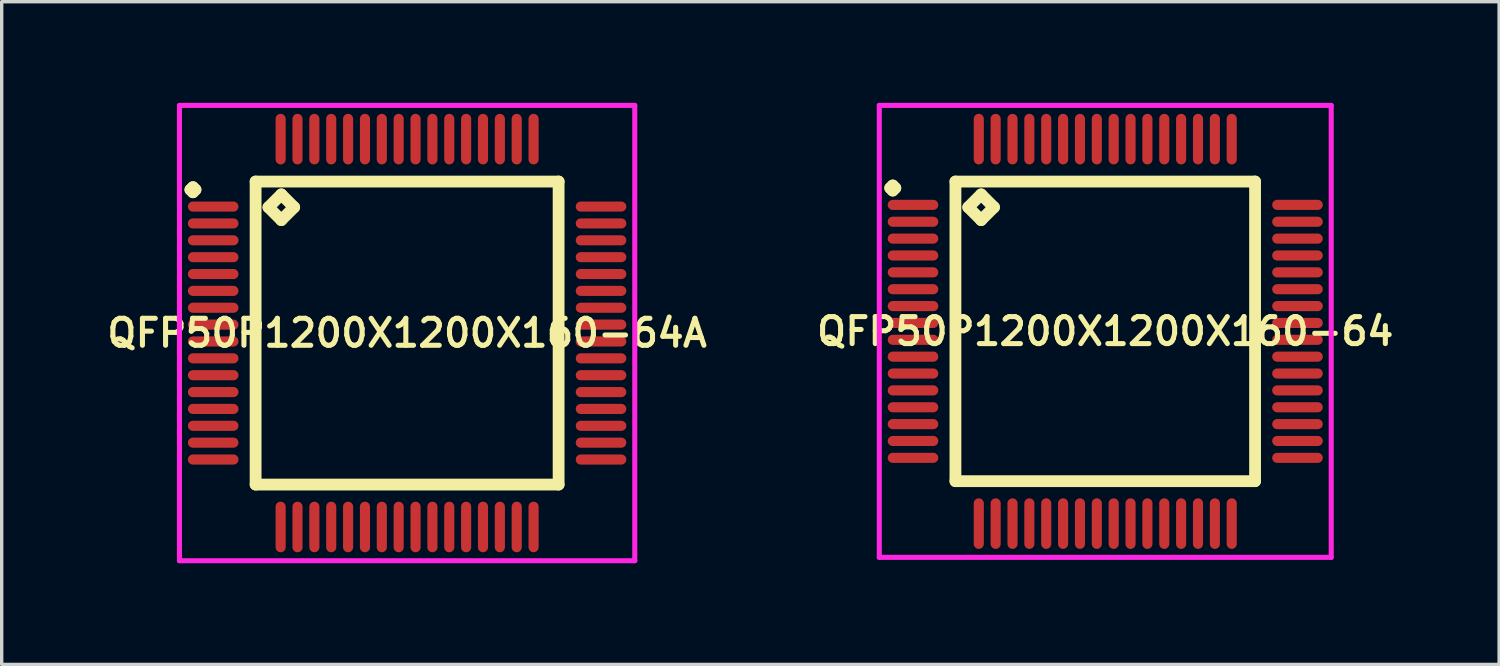
<source format=kicad_pcb>
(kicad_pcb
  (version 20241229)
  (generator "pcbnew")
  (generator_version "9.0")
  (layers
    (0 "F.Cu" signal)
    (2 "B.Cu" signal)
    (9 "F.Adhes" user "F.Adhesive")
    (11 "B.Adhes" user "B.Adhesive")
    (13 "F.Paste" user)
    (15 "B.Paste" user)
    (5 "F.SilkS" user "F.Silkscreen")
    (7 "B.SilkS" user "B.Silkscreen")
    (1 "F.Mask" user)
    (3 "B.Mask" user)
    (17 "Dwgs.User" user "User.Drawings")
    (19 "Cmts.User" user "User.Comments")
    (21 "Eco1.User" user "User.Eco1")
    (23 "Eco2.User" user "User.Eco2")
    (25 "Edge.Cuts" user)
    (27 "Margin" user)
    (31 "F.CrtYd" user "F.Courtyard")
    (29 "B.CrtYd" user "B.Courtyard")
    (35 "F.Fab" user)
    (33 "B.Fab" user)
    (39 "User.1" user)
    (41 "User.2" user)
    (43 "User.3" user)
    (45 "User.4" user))
  (footprint "QFP50P1200X1200X160-64"
    (layer "F.Cu")
    (at 29.721 6.775)
    (property "Reference" "QFP50P1200X1200X160-64" (at 0 0 0) (layer "F.SilkS") (effects (font (size 0.8 0.8) (thickness 0.15))))
    (attr smd)
    (fp_line (start -6.375 -4.25) (end -6.3 -4.325) (stroke (width 0.35) (type solid)) (layer "F.SilkS"))
    (fp_line (start -6.3 -4.325) (end -6.225 -4.25) (stroke (width 0.35) (type solid)) (layer "F.SilkS"))
    (fp_line (start -6.3 -4.175) (end -6.375 -4.25) (stroke (width 0.35) (type solid)) (layer "F.SilkS"))
    (fp_line (start -6.225 -4.25) (end -6.3 -4.175) (stroke (width 0.35) (type solid)) (layer "F.SilkS"))
    (fp_line (start -4.442 -4.442) (end -4.442 4.442) (stroke (width 0.35) (type solid)) (layer "F.SilkS"))
    (fp_line (start -4.442 4.442) (end 4.442 4.442) (stroke (width 0.35) (type solid)) (layer "F.SilkS"))
    (fp_line (start -4.061 -3.68) (end -3.68 -4.061) (stroke (width 0.35) (type solid)) (layer "F.SilkS"))
    (fp_line (start -3.68 -4.061) (end -3.299 -3.68) (stroke (width 0.35) (type solid)) (layer "F.SilkS"))
    (fp_line (start -3.68 -3.299) (end -4.061 -3.68) (stroke (width 0.35) (type solid)) (layer "F.SilkS"))
    (fp_line (start -3.299 -3.68) (end -3.68 -3.299) (stroke (width 0.35) (type solid)) (layer "F.SilkS"))
    (fp_line (start 4.442 -4.442) (end -4.442 -4.442) (stroke (width 0.35) (type solid)) (layer "F.SilkS"))
    (fp_line (start 4.442 4.442) (end 4.442 -4.442) (stroke (width 0.35) (type solid)) (layer "F.SilkS"))
    (fp_line (start -6.7 -6.7) (end 6.7 -6.7) (stroke (width 0.15) (type solid)) (layer "F.CrtYd"))
    (fp_line (start -6.7 6.7) (end -6.7 -6.7) (stroke (width 0.15) (type solid)) (layer "F.CrtYd"))
    (fp_line (start 6.7 -6.7) (end 6.7 6.7) (stroke (width 0.15) (type solid)) (layer "F.CrtYd"))
    (fp_line (start 6.7 6.7) (end -6.7 6.7) (stroke (width 0.15) (type solid)) (layer "F.CrtYd"))
    (pad "1" smd oval (at -5.7 -3.75) (size 1.5 0.3) (layers "F.Cu" "F.Mask" "F.Paste"))
    (pad "2" smd oval (at -5.7 -3.25) (size 1.5 0.3) (layers "F.Cu" "F.Mask" "F.Paste"))
    (pad "3" smd oval (at -5.7 -2.75) (size 1.5 0.3) (layers "F.Cu" "F.Mask" "F.Paste"))
    (pad "4" smd oval (at -5.7 -2.25) (size 1.5 0.3) (layers "F.Cu" "F.Mask" "F.Paste"))
    (pad "5" smd oval (at -5.7 -1.75) (size 1.5 0.3) (layers "F.Cu" "F.Mask" "F.Paste"))
    (pad "6" smd oval (at -5.7 -1.25) (size 1.5 0.3) (layers "F.Cu" "F.Mask" "F.Paste"))
    (pad "7" smd oval (at -5.7 -0.75) (size 1.5 0.3) (layers "F.Cu" "F.Mask" "F.Paste"))
    (pad "8" smd oval (at -5.7 -0.25) (size 1.5 0.3) (layers "F.Cu" "F.Mask" "F.Paste"))
    (pad "9" smd oval (at -5.7 0.25) (size 1.5 0.3) (layers "F.Cu" "F.Mask" "F.Paste"))
    (pad "10" smd oval (at -5.7 0.75) (size 1.5 0.3) (layers "F.Cu" "F.Mask" "F.Paste"))
    (pad "11" smd oval (at -5.7 1.25) (size 1.5 0.3) (layers "F.Cu" "F.Mask" "F.Paste"))
    (pad "12" smd oval (at -5.7 1.75) (size 1.5 0.3) (layers "F.Cu" "F.Mask" "F.Paste"))
    (pad "13" smd oval (at -5.7 2.25) (size 1.5 0.3) (layers "F.Cu" "F.Mask" "F.Paste"))
    (pad "14" smd oval (at -5.7 2.75) (size 1.5 0.3) (layers "F.Cu" "F.Mask" "F.Paste"))
    (pad "15" smd oval (at -5.7 3.25) (size 1.5 0.3) (layers "F.Cu" "F.Mask" "F.Paste"))
    (pad "16" smd oval (at -5.7 3.75) (size 1.5 0.3) (layers "F.Cu" "F.Mask" "F.Paste"))
    (pad "17" smd oval (at -3.75 5.7) (size 0.3 1.5) (layers "F.Cu" "F.Mask" "F.Paste"))
    (pad "18" smd oval (at -3.25 5.7) (size 0.3 1.5) (layers "F.Cu" "F.Mask" "F.Paste"))
    (pad "19" smd oval (at -2.75 5.7) (size 0.3 1.5) (layers "F.Cu" "F.Mask" "F.Paste"))
    (pad "20" smd oval (at -2.25 5.7) (size 0.3 1.5) (layers "F.Cu" "F.Mask" "F.Paste"))
    (pad "21" smd oval (at -1.75 5.7) (size 0.3 1.5) (layers "F.Cu" "F.Mask" "F.Paste"))
    (pad "22" smd oval (at -1.25 5.7) (size 0.3 1.5) (layers "F.Cu" "F.Mask" "F.Paste"))
    (pad "23" smd oval (at -0.75 5.7) (size 0.3 1.5) (layers "F.Cu" "F.Mask" "F.Paste"))
    (pad "24" smd oval (at -0.25 5.7) (size 0.3 1.5) (layers "F.Cu" "F.Mask" "F.Paste"))
    (pad "25" smd oval (at 0.25 5.7) (size 0.3 1.5) (layers "F.Cu" "F.Mask" "F.Paste"))
    (pad "26" smd oval (at 0.75 5.7) (size 0.3 1.5) (layers "F.Cu" "F.Mask" "F.Paste"))
    (pad "27" smd oval (at 1.25 5.7) (size 0.3 1.5) (layers "F.Cu" "F.Mask" "F.Paste"))
    (pad "28" smd oval (at 1.75 5.7) (size 0.3 1.5) (layers "F.Cu" "F.Mask" "F.Paste"))
    (pad "29" smd oval (at 2.25 5.7) (size 0.3 1.5) (layers "F.Cu" "F.Mask" "F.Paste"))
    (pad "30" smd oval (at 2.75 5.7) (size 0.3 1.5) (layers "F.Cu" "F.Mask" "F.Paste"))
    (pad "31" smd oval (at 3.25 5.7) (size 0.3 1.5) (layers "F.Cu" "F.Mask" "F.Paste"))
    (pad "32" smd oval (at 3.75 5.7) (size 0.3 1.5) (layers "F.Cu" "F.Mask" "F.Paste"))
    (pad "33" smd oval (at 5.7 3.75) (size 1.5 0.3) (layers "F.Cu" "F.Mask" "F.Paste"))
    (pad "34" smd oval (at 5.7 3.25) (size 1.5 0.3) (layers "F.Cu" "F.Mask" "F.Paste"))
    (pad "35" smd oval (at 5.7 2.75) (size 1.5 0.3) (layers "F.Cu" "F.Mask" "F.Paste"))
    (pad "36" smd oval (at 5.7 2.25) (size 1.5 0.3) (layers "F.Cu" "F.Mask" "F.Paste"))
    (pad "37" smd oval (at 5.7 1.75) (size 1.5 0.3) (layers "F.Cu" "F.Mask" "F.Paste"))
    (pad "38" smd oval (at 5.7 1.25) (size 1.5 0.3) (layers "F.Cu" "F.Mask" "F.Paste"))
    (pad "39" smd oval (at 5.7 0.75) (size 1.5 0.3) (layers "F.Cu" "F.Mask" "F.Paste"))
    (pad "40" smd oval (at 5.7 0.25) (size 1.5 0.3) (layers "F.Cu" "F.Mask" "F.Paste"))
    (pad "41" smd oval (at 5.7 -0.25) (size 1.5 0.3) (layers "F.Cu" "F.Mask" "F.Paste"))
    (pad "42" smd oval (at 5.7 -0.75) (size 1.5 0.3) (layers "F.Cu" "F.Mask" "F.Paste"))
    (pad "43" smd oval (at 5.7 -1.25) (size 1.5 0.3) (layers "F.Cu" "F.Mask" "F.Paste"))
    (pad "44" smd oval (at 5.7 -1.75) (size 1.5 0.3) (layers "F.Cu" "F.Mask" "F.Paste"))
    (pad "45" smd oval (at 5.7 -2.25) (size 1.5 0.3) (layers "F.Cu" "F.Mask" "F.Paste"))
    (pad "46" smd oval (at 5.7 -2.75) (size 1.5 0.3) (layers "F.Cu" "F.Mask" "F.Paste"))
    (pad "47" smd oval (at 5.7 -3.25) (size 1.5 0.3) (layers "F.Cu" "F.Mask" "F.Paste"))
    (pad "48" smd oval (at 5.7 -3.75) (size 1.5 0.3) (layers "F.Cu" "F.Mask" "F.Paste"))
    (pad "49" smd oval (at 3.75 -5.7) (size 0.3 1.5) (layers "F.Cu" "F.Mask" "F.Paste"))
    (pad "50" smd oval (at 3.25 -5.7) (size 0.3 1.5) (layers "F.Cu" "F.Mask" "F.Paste"))
    (pad "51" smd oval (at 2.75 -5.7) (size 0.3 1.5) (layers "F.Cu" "F.Mask" "F.Paste"))
    (pad "52" smd oval (at 2.25 -5.7) (size 0.3 1.5) (layers "F.Cu" "F.Mask" "F.Paste"))
    (pad "53" smd oval (at 1.75 -5.7) (size 0.3 1.5) (layers "F.Cu" "F.Mask" "F.Paste"))
    (pad "54" smd oval (at 1.25 -5.7) (size 0.3 1.5) (layers "F.Cu" "F.Mask" "F.Paste"))
    (pad "55" smd oval (at 0.75 -5.7) (size 0.3 1.5) (layers "F.Cu" "F.Mask" "F.Paste"))
    (pad "56" smd oval (at 0.25 -5.7) (size 0.3 1.5) (layers "F.Cu" "F.Mask" "F.Paste"))
    (pad "57" smd oval (at -0.25 -5.7) (size 0.3 1.5) (layers "F.Cu" "F.Mask" "F.Paste"))
    (pad "58" smd oval (at -0.75 -5.7) (size 0.3 1.5) (layers "F.Cu" "F.Mask" "F.Paste"))
    (pad "59" smd oval (at -1.25 -5.7) (size 0.3 1.5) (layers "F.Cu" "F.Mask" "F.Paste"))
    (pad "60" smd oval (at -1.75 -5.7) (size 0.3 1.5) (layers "F.Cu" "F.Mask" "F.Paste"))
    (pad "61" smd oval (at -2.25 -5.7) (size 0.3 1.5) (layers "F.Cu" "F.Mask" "F.Paste"))
    (pad "62" smd oval (at -2.75 -5.7) (size 0.3 1.5) (layers "F.Cu" "F.Mask" "F.Paste"))
    (pad "63" smd oval (at -3.25 -5.7) (size 0.3 1.5) (layers "F.Cu" "F.Mask" "F.Paste"))
    (pad "64" smd oval (at -3.75 -5.7) (size 0.3 1.5) (layers "F.Cu" "F.Mask" "F.Paste")))
  (footprint "QFP50P1200X1200X160-64A"
    (layer "F.Cu")
    (at 9.021 6.825)
    (property "Reference" "QFP50P1200X1200X160-64A" (at 0 0 0) (layer "F.SilkS") (effects (font (size 0.8 0.8) (thickness 0.15))))
    (attr smd)
    (fp_line (start -6.425 -4.25) (end -6.35 -4.325) (stroke (width 0.35) (type solid)) (layer "F.SilkS"))
    (fp_line (start -6.35 -4.325) (end -6.275 -4.25) (stroke (width 0.35) (type solid)) (layer "F.SilkS"))
    (fp_line (start -6.35 -4.175) (end -6.425 -4.25) (stroke (width 0.35) (type solid)) (layer "F.SilkS"))
    (fp_line (start -6.275 -4.25) (end -6.35 -4.175) (stroke (width 0.35) (type solid)) (layer "F.SilkS"))
    (fp_line (start -4.492 -4.492) (end -4.492 4.492) (stroke (width 0.35) (type solid)) (layer "F.SilkS"))
    (fp_line (start -4.492 4.492) (end 4.492 4.492) (stroke (width 0.35) (type solid)) (layer "F.SilkS"))
    (fp_line (start -4.111 -3.73) (end -3.73 -4.111) (stroke (width 0.35) (type solid)) (layer "F.SilkS"))
    (fp_line (start -3.73 -4.111) (end -3.349 -3.73) (stroke (width 0.35) (type solid)) (layer "F.SilkS"))
    (fp_line (start -3.73 -3.349) (end -4.111 -3.73) (stroke (width 0.35) (type solid)) (layer "F.SilkS"))
    (fp_line (start -3.349 -3.73) (end -3.73 -3.349) (stroke (width 0.35) (type solid)) (layer "F.SilkS"))
    (fp_line (start 4.492 -4.492) (end -4.492 -4.492) (stroke (width 0.35) (type solid)) (layer "F.SilkS"))
    (fp_line (start 4.492 4.492) (end 4.492 -4.492) (stroke (width 0.35) (type solid)) (layer "F.SilkS"))
    (fp_line (start -6.75 -6.75) (end 6.75 -6.75) (stroke (width 0.15) (type solid)) (layer "F.CrtYd"))
    (fp_line (start -6.75 6.75) (end -6.75 -6.75) (stroke (width 0.15) (type solid)) (layer "F.CrtYd"))
    (fp_line (start 6.75 -6.75) (end 6.75 6.75) (stroke (width 0.15) (type solid)) (layer "F.CrtYd"))
    (fp_line (start 6.75 6.75) (end -6.75 6.75) (stroke (width 0.15) (type solid)) (layer "F.CrtYd"))
    (pad "1" smd oval (at -5.75 -3.75) (size 1.5 0.3) (layers "F.Cu" "F.Mask" "F.Paste"))
    (pad "2" smd oval (at -5.75 -3.25) (size 1.5 0.3) (layers "F.Cu" "F.Mask" "F.Paste"))
    (pad "3" smd oval (at -5.75 -2.75) (size 1.5 0.3) (layers "F.Cu" "F.Mask" "F.Paste"))
    (pad "4" smd oval (at -5.75 -2.25) (size 1.5 0.3) (layers "F.Cu" "F.Mask" "F.Paste"))
    (pad "5" smd oval (at -5.75 -1.75) (size 1.5 0.3) (layers "F.Cu" "F.Mask" "F.Paste"))
    (pad "6" smd oval (at -5.75 -1.25) (size 1.5 0.3) (layers "F.Cu" "F.Mask" "F.Paste"))
    (pad "7" smd oval (at -5.75 -0.75) (size 1.5 0.3) (layers "F.Cu" "F.Mask" "F.Paste"))
    (pad "8" smd oval (at -5.75 -0.25) (size 1.5 0.3) (layers "F.Cu" "F.Mask" "F.Paste"))
    (pad "9" smd oval (at -5.75 0.25) (size 1.5 0.3) (layers "F.Cu" "F.Mask" "F.Paste"))
    (pad "10" smd oval (at -5.75 0.75) (size 1.5 0.3) (layers "F.Cu" "F.Mask" "F.Paste"))
    (pad "11" smd oval (at -5.75 1.25) (size 1.5 0.3) (layers "F.Cu" "F.Mask" "F.Paste"))
    (pad "12" smd oval (at -5.75 1.75) (size 1.5 0.3) (layers "F.Cu" "F.Mask" "F.Paste"))
    (pad "13" smd oval (at -5.75 2.25) (size 1.5 0.3) (layers "F.Cu" "F.Mask" "F.Paste"))
    (pad "14" smd oval (at -5.75 2.75) (size 1.5 0.3) (layers "F.Cu" "F.Mask" "F.Paste"))
    (pad "15" smd oval (at -5.75 3.25) (size 1.5 0.3) (layers "F.Cu" "F.Mask" "F.Paste"))
    (pad "16" smd oval (at -5.75 3.75) (size 1.5 0.3) (layers "F.Cu" "F.Mask" "F.Paste"))
    (pad "17" smd oval (at -3.75 5.75) (size 0.3 1.5) (layers "F.Cu" "F.Mask" "F.Paste"))
    (pad "18" smd oval (at -3.25 5.75) (size 0.3 1.5) (layers "F.Cu" "F.Mask" "F.Paste"))
    (pad "19" smd oval (at -2.75 5.75) (size 0.3 1.5) (layers "F.Cu" "F.Mask" "F.Paste"))
    (pad "20" smd oval (at -2.25 5.75) (size 0.3 1.5) (layers "F.Cu" "F.Mask" "F.Paste"))
    (pad "21" smd oval (at -1.75 5.75) (size 0.3 1.5) (layers "F.Cu" "F.Mask" "F.Paste"))
    (pad "22" smd oval (at -1.25 5.75) (size 0.3 1.5) (layers "F.Cu" "F.Mask" "F.Paste"))
    (pad "23" smd oval (at -0.75 5.75) (size 0.3 1.5) (layers "F.Cu" "F.Mask" "F.Paste"))
    (pad "24" smd oval (at -0.25 5.75) (size 0.3 1.5) (layers "F.Cu" "F.Mask" "F.Paste"))
    (pad "25" smd oval (at 0.25 5.75) (size 0.3 1.5) (layers "F.Cu" "F.Mask" "F.Paste"))
    (pad "26" smd oval (at 0.75 5.75) (size 0.3 1.5) (layers "F.Cu" "F.Mask" "F.Paste"))
    (pad "27" smd oval (at 1.25 5.75) (size 0.3 1.5) (layers "F.Cu" "F.Mask" "F.Paste"))
    (pad "28" smd oval (at 1.75 5.75) (size 0.3 1.5) (layers "F.Cu" "F.Mask" "F.Paste"))
    (pad "29" smd oval (at 2.25 5.75) (size 0.3 1.5) (layers "F.Cu" "F.Mask" "F.Paste"))
    (pad "30" smd oval (at 2.75 5.75) (size 0.3 1.5) (layers "F.Cu" "F.Mask" "F.Paste"))
    (pad "31" smd oval (at 3.25 5.75) (size 0.3 1.5) (layers "F.Cu" "F.Mask" "F.Paste"))
    (pad "32" smd oval (at 3.75 5.75) (size 0.3 1.5) (layers "F.Cu" "F.Mask" "F.Paste"))
    (pad "33" smd oval (at 5.75 3.75) (size 1.5 0.3) (layers "F.Cu" "F.Mask" "F.Paste"))
    (pad "34" smd oval (at 5.75 3.25) (size 1.5 0.3) (layers "F.Cu" "F.Mask" "F.Paste"))
    (pad "35" smd oval (at 5.75 2.75) (size 1.5 0.3) (layers "F.Cu" "F.Mask" "F.Paste"))
    (pad "36" smd oval (at 5.75 2.25) (size 1.5 0.3) (layers "F.Cu" "F.Mask" "F.Paste"))
    (pad "37" smd oval (at 5.75 1.75) (size 1.5 0.3) (layers "F.Cu" "F.Mask" "F.Paste"))
    (pad "38" smd oval (at 5.75 1.25) (size 1.5 0.3) (layers "F.Cu" "F.Mask" "F.Paste"))
    (pad "39" smd oval (at 5.75 0.75) (size 1.5 0.3) (layers "F.Cu" "F.Mask" "F.Paste"))
    (pad "40" smd oval (at 5.75 0.25) (size 1.5 0.3) (layers "F.Cu" "F.Mask" "F.Paste"))
    (pad "41" smd oval (at 5.75 -0.25) (size 1.5 0.3) (layers "F.Cu" "F.Mask" "F.Paste"))
    (pad "42" smd oval (at 5.75 -0.75) (size 1.5 0.3) (layers "F.Cu" "F.Mask" "F.Paste"))
    (pad "43" smd oval (at 5.75 -1.25) (size 1.5 0.3) (layers "F.Cu" "F.Mask" "F.Paste"))
    (pad "44" smd oval (at 5.75 -1.75) (size 1.5 0.3) (layers "F.Cu" "F.Mask" "F.Paste"))
    (pad "45" smd oval (at 5.75 -2.25) (size 1.5 0.3) (layers "F.Cu" "F.Mask" "F.Paste"))
    (pad "46" smd oval (at 5.75 -2.75) (size 1.5 0.3) (layers "F.Cu" "F.Mask" "F.Paste"))
    (pad "47" smd oval (at 5.75 -3.25) (size 1.5 0.3) (layers "F.Cu" "F.Mask" "F.Paste"))
    (pad "48" smd oval (at 5.75 -3.75) (size 1.5 0.3) (layers "F.Cu" "F.Mask" "F.Paste"))
    (pad "49" smd oval (at 3.75 -5.75) (size 0.3 1.5) (layers "F.Cu" "F.Mask" "F.Paste"))
    (pad "50" smd oval (at 3.25 -5.75) (size 0.3 1.5) (layers "F.Cu" "F.Mask" "F.Paste"))
    (pad "51" smd oval (at 2.75 -5.75) (size 0.3 1.5) (layers "F.Cu" "F.Mask" "F.Paste"))
    (pad "52" smd oval (at 2.25 -5.75) (size 0.3 1.5) (layers "F.Cu" "F.Mask" "F.Paste"))
    (pad "53" smd oval (at 1.75 -5.75) (size 0.3 1.5) (layers "F.Cu" "F.Mask" "F.Paste"))
    (pad "54" smd oval (at 1.25 -5.75) (size 0.3 1.5) (layers "F.Cu" "F.Mask" "F.Paste"))
    (pad "55" smd oval (at 0.75 -5.75) (size 0.3 1.5) (layers "F.Cu" "F.Mask" "F.Paste"))
    (pad "56" smd oval (at 0.25 -5.75) (size 0.3 1.5) (layers "F.Cu" "F.Mask" "F.Paste"))
    (pad "57" smd oval (at -0.25 -5.75) (size 0.3 1.5) (layers "F.Cu" "F.Mask" "F.Paste"))
    (pad "58" smd oval (at -0.75 -5.75) (size 0.3 1.5) (layers "F.Cu" "F.Mask" "F.Paste"))
    (pad "59" smd oval (at -1.25 -5.75) (size 0.3 1.5) (layers "F.Cu" "F.Mask" "F.Paste"))
    (pad "60" smd oval (at -1.75 -5.75) (size 0.3 1.5) (layers "F.Cu" "F.Mask" "F.Paste"))
    (pad "61" smd oval (at -2.25 -5.75) (size 0.3 1.5) (layers "F.Cu" "F.Mask" "F.Paste"))
    (pad "62" smd oval (at -2.75 -5.75) (size 0.3 1.5) (layers "F.Cu" "F.Mask" "F.Paste"))
    (pad "63" smd oval (at -3.25 -5.75) (size 0.3 1.5) (layers "F.Cu" "F.Mask" "F.Paste"))
    (pad "64" smd oval (at -3.75 -5.75) (size 0.3 1.5) (layers "F.Cu" "F.Mask" "F.Paste")))
  (gr_rect
    (start -3 -3)
    (end 41.399 16.65)
    (stroke (width 0.1) (type default))
    (fill no)
    (layer "Edge.Cuts")))
</source>
